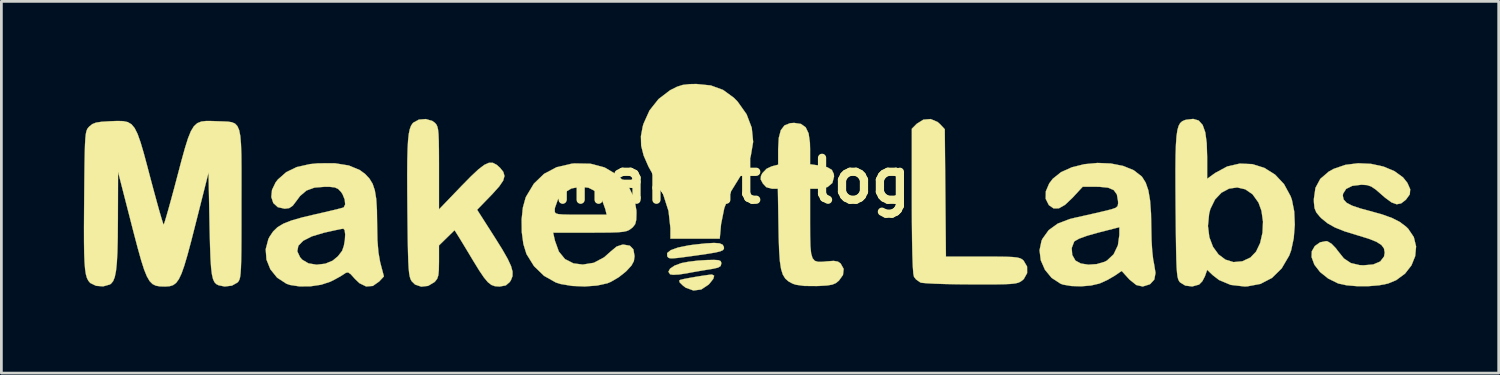
<source format=kicad_pcb>
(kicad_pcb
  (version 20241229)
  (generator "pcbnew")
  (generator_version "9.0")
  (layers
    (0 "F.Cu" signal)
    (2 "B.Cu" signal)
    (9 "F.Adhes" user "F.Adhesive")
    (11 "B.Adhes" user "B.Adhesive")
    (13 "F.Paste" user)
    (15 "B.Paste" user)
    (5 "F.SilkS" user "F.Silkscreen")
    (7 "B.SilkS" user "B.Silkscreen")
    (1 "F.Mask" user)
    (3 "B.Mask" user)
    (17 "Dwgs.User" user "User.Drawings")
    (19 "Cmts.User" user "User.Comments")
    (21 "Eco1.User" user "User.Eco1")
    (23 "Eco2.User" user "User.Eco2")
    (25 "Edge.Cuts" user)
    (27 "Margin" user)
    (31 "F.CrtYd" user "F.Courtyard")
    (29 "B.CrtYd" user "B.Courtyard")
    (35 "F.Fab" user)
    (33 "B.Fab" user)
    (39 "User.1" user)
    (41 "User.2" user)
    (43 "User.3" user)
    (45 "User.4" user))
  (footprint "makeit-logo"
    (layer "F.Cu")
    (at 24.238 3.525)
    (property "Reference" "makeit-logo" (at 0 0 0) (layer "F.SilkS") (effects (font (size 1.524 1.524) (thickness 0.3))))
    (attr through_hole)
    (fp_poly (pts (xy -1.312 3.452) (xy -1.344 3.567) (xy -1.482 3.742) (xy -1.518 3.779) (xy -1.781 3.954) (xy -2.065 3.991) (xy -2.346 3.889) (xy -2.445 3.815) (xy -2.569 3.693) (xy -2.581 3.626) (xy -2.54 3.603) (xy -2.411 3.572) (xy -2.189 3.53) (xy -1.925 3.484) (xy -1.668 3.444) (xy -1.469 3.417) (xy -1.391 3.411) (xy -1.312 3.452)) (stroke (width 0.01) (type solid)) (fill yes) (layer "F.SilkS"))
    (fp_poly (pts (xy -1.156 2.888) (xy -1.077 2.92) (xy -1.053 2.981) (xy -1.052 3.012) (xy -1.077 3.101) (xy -1.171 3.159) (xy -1.369 3.204) (xy -1.451 3.217) (xy -1.748 3.265) (xy -2.097 3.326) (xy -2.335 3.37) (xy -2.595 3.409) (xy -2.805 3.42) (xy -2.916 3.402) (xy -2.976 3.308) (xy -2.915 3.196) (xy -2.752 3.086) (xy -2.506 2.995) (xy -2.497 2.993) (xy -2.237 2.944) (xy -1.906 2.904) (xy -1.597 2.884) (xy -1.319 2.878) (xy -1.156 2.888)) (stroke (width 0.01) (type solid)) (fill yes) (layer "F.SilkS"))
    (fp_poly (pts (xy -1.12 2.275) (xy -1.007 2.322) (xy -0.959 2.402) (xy -0.958 2.407) (xy -0.956 2.472) (xy -0.993 2.523) (xy -1.09 2.567) (xy -1.266 2.609) (xy -1.543 2.655) (xy -1.941 2.713) (xy -1.99 2.72) (xy -2.378 2.773) (xy -2.646 2.807) (xy -2.82 2.822) (xy -2.922 2.819) (xy -2.978 2.797) (xy -3.011 2.759) (xy -3.019 2.746) (xy -3.022 2.629) (xy -2.888 2.522) (xy -2.624 2.428) (xy -2.238 2.35) (xy -2.047 2.324) (xy -1.621 2.278) (xy -1.318 2.261) (xy -1.12 2.275)) (stroke (width 0.01) (type solid)) (fill yes) (layer "F.SilkS"))
    (fp_poly (pts (xy -1.433 -3.467) (xy -0.987 -3.304) (xy -0.596 -3.019) (xy -0.458 -2.878) (xy -0.133 -2.42) (xy 0.055 -1.927) (xy 0.106 -1.415) (xy 0.019 -0.9) (xy -0.207 -0.398) (xy -0.333 -0.208) (xy -0.695 0.378) (xy -0.942 0.987) (xy -1.061 1.578) (xy -1.109 2.105) (xy -2.903 2.105) (xy -2.903 1.721) (xy -2.972 1.101) (xy -3.174 0.471) (xy -3.432 -0.035) (xy -3.701 -0.515) (xy -3.877 -0.919) (xy -3.967 -1.277) (xy -3.976 -1.619) (xy -3.911 -1.973) (xy -3.882 -2.073) (xy -3.664 -2.557) (xy -3.334 -2.973) (xy -2.919 -3.29) (xy -2.897 -3.302) (xy -2.66 -3.421) (xy -2.451 -3.487) (xy -2.206 -3.515) (xy -1.959 -3.52) (xy -1.433 -3.467)) (stroke (width 0.01) (type solid)) (fill yes) (layer "F.SilkS"))
    (fp_poly (pts (xy 6.814 -2.139) (xy 6.9 -2.063) (xy 7.076 -1.875) (xy 7.097 0.441) (xy 7.118 2.758) (xy 8.457 2.758) (xy 8.933 2.759) (xy 9.284 2.763) (xy 9.535 2.773) (xy 9.705 2.791) (xy 9.816 2.819) (xy 9.891 2.858) (xy 9.942 2.903) (xy 10.07 3.12) (xy 10.071 3.359) (xy 9.95 3.575) (xy 9.896 3.623) (xy 9.828 3.671) (xy 9.748 3.708) (xy 9.638 3.734) (xy 9.477 3.752) (xy 9.247 3.763) (xy 8.927 3.769) (xy 8.498 3.77) (xy 8.027 3.769) (xy 7.54 3.765) (xy 7.094 3.756) (xy 6.713 3.744) (xy 6.419 3.728) (xy 6.236 3.711) (xy 6.191 3.701) (xy 6.03 3.588) (xy 5.956 3.492) (xy 5.932 3.373) (xy 5.913 3.111) (xy 5.898 2.709) (xy 5.887 2.171) (xy 5.88 1.5) (xy 5.878 0.727) (xy 5.878 -1.893) (xy 6.056 -2.072) (xy 6.298 -2.223) (xy 6.563 -2.245) (xy 6.814 -2.139)) (stroke (width 0.01) (type solid)) (fill yes) (layer "F.SilkS"))
    (fp_poly (pts (xy 1.845 -2.067) (xy 2.017 -1.945) (xy 2.123 -1.723) (xy 2.171 -1.386) (xy 2.177 -1.161) (xy 2.177 -0.6) (xy 2.515 -0.554) (xy 2.802 -0.493) (xy 2.969 -0.396) (xy 3.041 -0.245) (xy 3.048 -0.148) (xy 2.987 0.081) (xy 2.81 0.229) (xy 2.528 0.289) (xy 2.48 0.29) (xy 2.177 0.29) (xy 2.177 1.519) (xy 2.179 2.017) (xy 2.189 2.388) (xy 2.216 2.649) (xy 2.267 2.818) (xy 2.349 2.912) (xy 2.47 2.949) (xy 2.638 2.946) (xy 2.786 2.931) (xy 3.034 2.914) (xy 3.19 2.94) (xy 3.288 3.009) (xy 3.398 3.206) (xy 3.374 3.425) (xy 3.224 3.634) (xy 3.114 3.722) (xy 2.985 3.777) (xy 2.801 3.808) (xy 2.522 3.825) (xy 2.407 3.829) (xy 1.97 3.825) (xy 1.662 3.782) (xy 1.547 3.744) (xy 1.393 3.661) (xy 1.275 3.558) (xy 1.186 3.413) (xy 1.122 3.21) (xy 1.079 2.929) (xy 1.052 2.55) (xy 1.035 2.056) (xy 1.029 1.724) (xy 1.005 0.29) (xy 0.795 0.29) (xy 0.584 0.233) (xy 0.46 0.1) (xy 0.38 -0.051) (xy 0.39 -0.175) (xy 0.44 -0.276) (xy 0.595 -0.437) (xy 0.78 -0.524) (xy 1.016 -0.585) (xy 1.016 -1.153) (xy 1.038 -1.558) (xy 1.112 -1.839) (xy 1.246 -2.013) (xy 1.45 -2.094) (xy 1.597 -2.105) (xy 1.845 -2.067)) (stroke (width 0.01) (type solid)) (fill yes) (layer "F.SilkS"))
    (fp_poly (pts (xy -11.562 -2.175) (xy -11.466 -2.105) (xy -11.417 -2.047) (xy -11.381 -1.973) (xy -11.355 -1.861) (xy -11.338 -1.692) (xy -11.328 -1.446) (xy -11.323 -1.101) (xy -11.321 -0.637) (xy -11.321 -0.459) (xy -11.321 1.041) (xy -10.505 0.192) (xy -10.155 -0.164) (xy -9.883 -0.418) (xy -9.672 -0.578) (xy -9.503 -0.654) (xy -9.36 -0.652) (xy -9.225 -0.582) (xy -9.104 -0.475) (xy -8.981 -0.323) (xy -8.939 -0.174) (xy -8.986 -0.006) (xy -9.129 0.204) (xy -9.376 0.479) (xy -9.43 0.535) (xy -9.934 1.054) (xy -9.286 2.069) (xy -9.014 2.505) (xy -8.821 2.843) (xy -8.7 3.104) (xy -8.645 3.306) (xy -8.648 3.47) (xy -8.704 3.615) (xy -8.749 3.685) (xy -8.89 3.806) (xy -9.109 3.846) (xy -9.135 3.846) (xy -9.285 3.835) (xy -9.414 3.789) (xy -9.541 3.69) (xy -9.683 3.521) (xy -9.858 3.263) (xy -10.082 2.899) (xy -10.123 2.83) (xy -10.303 2.531) (xy -10.465 2.263) (xy -10.589 2.06) (xy -10.645 1.97) (xy -10.754 1.798) (xy -11.038 2.075) (xy -11.321 2.352) (xy -11.321 2.941) (xy -11.326 3.244) (xy -11.345 3.439) (xy -11.388 3.567) (xy -11.464 3.664) (xy -11.489 3.688) (xy -11.716 3.823) (xy -11.966 3.851) (xy -12.192 3.774) (xy -12.317 3.65) (xy -12.353 3.583) (xy -12.382 3.493) (xy -12.406 3.363) (xy -12.424 3.179) (xy -12.438 2.924) (xy -12.448 2.581) (xy -12.457 2.136) (xy -12.464 1.573) (xy -12.469 1.128) (xy -12.475 0.373) (xy -12.477 -0.25) (xy -12.473 -0.756) (xy -12.462 -1.158) (xy -12.445 -1.469) (xy -12.419 -1.704) (xy -12.384 -1.875) (xy -12.339 -1.998) (xy -12.283 -2.084) (xy -12.259 -2.111) (xy -12.054 -2.224) (xy -11.8 -2.245) (xy -11.562 -2.175)) (stroke (width 0.01) (type solid)) (fill yes) (layer "F.SilkS"))
    (fp_poly (pts (xy -5.81 -0.62) (xy -5.297 -0.484) (xy -4.851 -0.221) (xy -4.737 -0.123) (xy -4.41 0.244) (xy -4.216 0.638) (xy -4.14 1.086) (xy -4.138 1.174) (xy -4.146 1.422) (xy -4.184 1.576) (xy -4.269 1.687) (xy -4.328 1.736) (xy -4.405 1.79) (xy -4.496 1.829) (xy -4.624 1.856) (xy -4.81 1.873) (xy -5.078 1.882) (xy -5.45 1.886) (xy -5.844 1.887) (xy -7.169 1.887) (xy -7.103 2.182) (xy -6.961 2.575) (xy -6.737 2.849) (xy -6.429 3.005) (xy -6.092 3.048) (xy -5.687 2.983) (xy -5.313 2.783) (xy -5.077 2.573) (xy -4.859 2.392) (xy -4.652 2.324) (xy -4.609 2.322) (xy -4.378 2.362) (xy -4.25 2.494) (xy -4.209 2.735) (xy -4.209 2.748) (xy -4.232 2.921) (xy -4.319 3.082) (xy -4.496 3.275) (xy -4.527 3.305) (xy -4.781 3.507) (xy -5.064 3.673) (xy -5.193 3.728) (xy -5.571 3.811) (xy -6.019 3.844) (xy -6.479 3.825) (xy -6.892 3.756) (xy -7.07 3.7) (xy -7.5 3.458) (xy -7.865 3.104) (xy -8.137 2.667) (xy -8.141 2.657) (xy -8.251 2.301) (xy -8.309 1.868) (xy -8.315 1.407) (xy -8.281 1.085) (xy -7.112 1.085) (xy -7.105 1.146) (xy -7.067 1.187) (xy -6.977 1.213) (xy -6.81 1.227) (xy -6.544 1.233) (xy -6.167 1.234) (xy -5.222 1.234) (xy -5.27 1.034) (xy -5.407 0.651) (xy -5.608 0.394) (xy -5.883 0.253) (xy -6.175 0.218) (xy -6.504 0.28) (xy -6.789 0.448) (xy -7 0.693) (xy -7.105 0.988) (xy -7.112 1.085) (xy -8.281 1.085) (xy -8.269 0.973) (xy -8.17 0.615) (xy -8.155 0.581) (xy -7.869 0.105) (xy -7.499 -0.252) (xy -7.041 -0.494) (xy -6.495 -0.621) (xy -6.394 -0.631) (xy -5.81 -0.62)) (stroke (width 0.01) (type solid)) (fill yes) (layer "F.SilkS"))
    (fp_poly (pts (xy 16.312 -2.191) (xy 16.456 -2.03) (xy 16.552 -1.759) (xy 16.604 -1.365) (xy 16.619 -0.873) (xy 16.619 -0.072) (xy 16.91 -0.283) (xy 17.349 -0.52) (xy 17.807 -0.625) (xy 18.264 -0.605) (xy 18.699 -0.469) (xy 19.09 -0.224) (xy 19.416 0.123) (xy 19.656 0.564) (xy 19.703 0.698) (xy 19.786 1.115) (xy 19.807 1.598) (xy 19.769 2.088) (xy 19.675 2.529) (xy 19.604 2.721) (xy 19.33 3.187) (xy 18.98 3.531) (xy 18.559 3.751) (xy 18.073 3.842) (xy 17.977 3.845) (xy 17.475 3.787) (xy 17.052 3.61) (xy 16.819 3.43) (xy 16.62 3.24) (xy 16.539 3.472) (xy 16.445 3.654) (xy 16.329 3.773) (xy 16.326 3.775) (xy 16.078 3.844) (xy 15.825 3.813) (xy 15.632 3.694) (xy 15.596 3.646) (xy 15.566 3.582) (xy 15.542 3.486) (xy 15.524 3.344) (xy 15.509 3.141) (xy 15.498 2.862) (xy 15.49 2.492) (xy 15.483 2.017) (xy 15.479 1.644) (xy 16.648 1.644) (xy 16.699 2.051) (xy 16.831 2.401) (xy 17.031 2.678) (xy 17.285 2.869) (xy 17.577 2.958) (xy 17.895 2.93) (xy 18.193 2.792) (xy 18.398 2.578) (xy 18.547 2.265) (xy 18.633 1.889) (xy 18.651 1.487) (xy 18.596 1.095) (xy 18.488 0.796) (xy 18.271 0.492) (xy 18.005 0.31) (xy 17.712 0.243) (xy 17.416 0.286) (xy 17.139 0.434) (xy 16.905 0.682) (xy 16.737 1.025) (xy 16.692 1.195) (xy 16.648 1.644) (xy 15.479 1.644) (xy 15.477 1.421) (xy 15.472 0.942) (xy 15.467 0.193) (xy 15.466 -0.424) (xy 15.471 -0.922) (xy 15.484 -1.315) (xy 15.505 -1.616) (xy 15.537 -1.838) (xy 15.581 -1.995) (xy 15.639 -2.099) (xy 15.713 -2.165) (xy 15.803 -2.205) (xy 15.852 -2.219) (xy 16.112 -2.25) (xy 16.312 -2.191)) (stroke (width 0.01) (type solid)) (fill yes) (layer "F.SilkS"))
    (fp_poly (pts (xy 22.581 -0.615) (xy 23.032 -0.517) (xy 23.43 -0.351) (xy 23.745 -0.122) (xy 23.902 0.075) (xy 24.005 0.308) (xy 23.99 0.495) (xy 23.853 0.683) (xy 23.843 0.693) (xy 23.677 0.822) (xy 23.513 0.855) (xy 23.324 0.786) (xy 23.085 0.61) (xy 22.969 0.508) (xy 22.75 0.318) (xy 22.587 0.209) (xy 22.437 0.158) (xy 22.254 0.145) (xy 22.222 0.145) (xy 21.899 0.185) (xy 21.674 0.296) (xy 21.563 0.47) (xy 21.554 0.547) (xy 21.585 0.684) (xy 21.691 0.8) (xy 21.891 0.905) (xy 22.203 1.01) (xy 22.497 1.089) (xy 22.98 1.223) (xy 23.347 1.355) (xy 23.628 1.499) (xy 23.852 1.668) (xy 23.93 1.743) (xy 24.136 2.048) (xy 24.219 2.388) (xy 24.187 2.739) (xy 24.051 3.076) (xy 23.818 3.376) (xy 23.497 3.614) (xy 23.198 3.738) (xy 22.876 3.802) (xy 22.484 3.834) (xy 22.072 3.834) (xy 21.693 3.802) (xy 21.399 3.739) (xy 21.379 3.732) (xy 21.02 3.555) (xy 20.727 3.32) (xy 20.52 3.053) (xy 20.418 2.777) (xy 20.425 2.567) (xy 20.536 2.374) (xy 20.728 2.239) (xy 20.944 2.196) (xy 20.998 2.204) (xy 21.141 2.289) (xy 21.3 2.453) (xy 21.362 2.537) (xy 21.593 2.825) (xy 21.846 2.993) (xy 22.161 3.067) (xy 22.301 3.075) (xy 22.661 3.044) (xy 22.915 2.936) (xy 23.054 2.755) (xy 23.078 2.613) (xy 23.051 2.461) (xy 22.957 2.334) (xy 22.778 2.22) (xy 22.494 2.107) (xy 22.086 1.982) (xy 22.085 1.982) (xy 21.619 1.839) (xy 21.267 1.698) (xy 20.996 1.545) (xy 20.775 1.365) (xy 20.719 1.308) (xy 20.591 1.153) (xy 20.526 0.999) (xy 20.503 0.786) (xy 20.501 0.661) (xy 20.559 0.258) (xy 20.735 -0.069) (xy 21.038 -0.331) (xy 21.226 -0.435) (xy 21.648 -0.579) (xy 22.11 -0.637) (xy 22.581 -0.615)) (stroke (width 0.01) (type solid)) (fill yes) (layer "F.SilkS"))
    (fp_poly (pts (xy 13.115 -0.628) (xy 13.563 -0.54) (xy 13.947 -0.384) (xy 14.236 -0.16) (xy 14.254 -0.139) (xy 14.384 0.068) (xy 14.48 0.347) (xy 14.543 0.716) (xy 14.578 1.194) (xy 14.588 1.727) (xy 14.597 2.161) (xy 14.621 2.555) (xy 14.657 2.87) (xy 14.686 3.014) (xy 14.741 3.352) (xy 14.697 3.593) (xy 14.551 3.753) (xy 14.523 3.769) (xy 14.277 3.846) (xy 14.045 3.793) (xy 13.807 3.605) (xy 13.767 3.563) (xy 13.511 3.28) (xy 13.249 3.458) (xy 12.998 3.604) (xy 12.726 3.728) (xy 12.689 3.741) (xy 12.39 3.81) (xy 12.034 3.839) (xy 11.678 3.828) (xy 11.379 3.777) (xy 11.285 3.743) (xy 10.962 3.531) (xy 10.719 3.236) (xy 10.568 2.891) (xy 10.523 2.528) (xy 10.54 2.446) (xy 11.693 2.446) (xy 11.712 2.698) (xy 11.829 2.903) (xy 12.024 3.009) (xy 12.299 3.052) (xy 12.603 3.031) (xy 12.887 2.948) (xy 12.977 2.901) (xy 13.218 2.673) (xy 13.373 2.349) (xy 13.426 1.972) (xy 13.426 1.689) (xy 12.652 1.887) (xy 12.248 2.001) (xy 11.959 2.106) (xy 11.799 2.197) (xy 11.781 2.217) (xy 11.693 2.446) (xy 10.54 2.446) (xy 10.596 2.18) (xy 10.628 2.112) (xy 10.857 1.795) (xy 11.185 1.558) (xy 11.625 1.39) (xy 11.803 1.347) (xy 12.167 1.266) (xy 12.561 1.177) (xy 12.881 1.102) (xy 13.144 1.036) (xy 13.295 0.983) (xy 13.364 0.919) (xy 13.381 0.825) (xy 13.378 0.739) (xy 13.336 0.497) (xy 13.222 0.339) (xy 13.015 0.251) (xy 12.693 0.219) (xy 12.602 0.218) (xy 12.092 0.218) (xy 11.723 0.617) (xy 11.452 0.874) (xy 11.226 1.003) (xy 11.034 1.005) (xy 10.863 0.886) (xy 10.861 0.883) (xy 10.746 0.656) (xy 10.752 0.384) (xy 10.875 0.097) (xy 11.004 -0.073) (xy 11.306 -0.314) (xy 11.7 -0.491) (xy 12.153 -0.603) (xy 12.635 -0.648) (xy 13.115 -0.628)) (stroke (width 0.01) (type solid)) (fill yes) (layer "F.SilkS"))
    (fp_poly (pts (xy -14.599 -0.555) (xy -14.202 -0.39) (xy -14.008 -0.247) (xy -13.851 -0.08) (xy -13.735 0.109) (xy -13.655 0.347) (xy -13.604 0.657) (xy -13.578 1.063) (xy -13.571 1.589) (xy -13.571 1.599) (xy -13.56 2.159) (xy -13.524 2.603) (xy -13.462 2.956) (xy -13.447 3.016) (xy -13.324 3.479) (xy -13.496 3.663) (xy -13.726 3.825) (xy -13.969 3.845) (xy -14.217 3.723) (xy -14.383 3.563) (xy -14.53 3.399) (xy -14.625 3.333) (xy -14.706 3.346) (xy -14.769 3.389) (xy -14.917 3.483) (xy -15.136 3.603) (xy -15.276 3.672) (xy -15.607 3.781) (xy -15.998 3.839) (xy -16.395 3.842) (xy -16.742 3.789) (xy -16.873 3.743) (xy -17.209 3.523) (xy -17.454 3.22) (xy -17.596 2.866) (xy -17.618 2.566) (xy -16.475 2.566) (xy -16.372 2.783) (xy -16.296 2.87) (xy -16.069 3.004) (xy -15.772 3.053) (xy -15.455 3.016) (xy -15.189 2.906) (xy -14.997 2.747) (xy -14.85 2.557) (xy -14.844 2.547) (xy -14.782 2.37) (xy -14.744 2.155) (xy -14.733 1.949) (xy -14.752 1.796) (xy -14.799 1.742) (xy -14.895 1.757) (xy -15.097 1.799) (xy -15.368 1.859) (xy -15.506 1.89) (xy -15.949 2.023) (xy -16.26 2.182) (xy -16.436 2.364) (xy -16.475 2.566) (xy -17.618 2.566) (xy -17.623 2.489) (xy -17.526 2.12) (xy -17.486 2.041) (xy -17.356 1.847) (xy -17.196 1.691) (xy -16.98 1.561) (xy -16.687 1.445) (xy -16.292 1.332) (xy -15.856 1.229) (xy -15.489 1.145) (xy -15.174 1.071) (xy -14.936 1.012) (xy -14.804 0.975) (xy -14.786 0.968) (xy -14.733 0.86) (xy -14.75 0.683) (xy -14.829 0.489) (xy -14.882 0.409) (xy -14.986 0.3) (xy -15.109 0.242) (xy -15.3 0.22) (xy -15.467 0.218) (xy -15.852 0.249) (xy -16.141 0.355) (xy -16.374 0.554) (xy -16.498 0.721) (xy -16.639 0.907) (xy -16.768 0.994) (xy -16.933 1.016) (xy -16.935 1.016) (xy -17.184 0.96) (xy -17.348 0.809) (xy -17.42 0.591) (xy -17.394 0.332) (xy -17.264 0.061) (xy -17.181 -0.046) (xy -16.875 -0.315) (xy -16.493 -0.499) (xy -16.015 -0.606) (xy -15.718 -0.635) (xy -15.102 -0.636) (xy -14.599 -0.555)) (stroke (width 0.01) (type solid)) (fill yes) (layer "F.SilkS"))
    (fp_poly (pts (xy -22.806 -2.169) (xy -22.641 -2.134) (xy -22.505 -2.054) (xy -22.39 -1.915) (xy -22.284 -1.703) (xy -22.177 -1.403) (xy -22.058 -1) (xy -21.918 -0.479) (xy -21.826 -0.127) (xy -21.699 0.348) (xy -21.583 0.773) (xy -21.484 1.129) (xy -21.405 1.397) (xy -21.354 1.557) (xy -21.336 1.596) (xy -21.308 1.529) (xy -21.25 1.34) (xy -21.166 1.049) (xy -21.062 0.674) (xy -20.943 0.235) (xy -20.847 -0.128) (xy -20.691 -0.721) (xy -20.561 -1.188) (xy -20.449 -1.545) (xy -20.344 -1.805) (xy -20.235 -1.984) (xy -20.112 -2.095) (xy -19.965 -2.154) (xy -19.783 -2.175) (xy -19.557 -2.172) (xy -19.408 -2.166) (xy -19.185 -2.159) (xy -19.002 -2.151) (xy -18.854 -2.129) (xy -18.739 -2.079) (xy -18.653 -1.988) (xy -18.59 -1.843) (xy -18.548 -1.631) (xy -18.523 -1.338) (xy -18.509 -0.953) (xy -18.505 -0.46) (xy -18.505 0.151) (xy -18.506 0.846) (xy -18.506 1.545) (xy -18.507 2.114) (xy -18.51 2.566) (xy -18.516 2.917) (xy -18.525 3.18) (xy -18.538 3.371) (xy -18.555 3.503) (xy -18.578 3.591) (xy -18.607 3.65) (xy -18.643 3.693) (xy -18.651 3.701) (xy -18.853 3.814) (xy -19.116 3.846) (xy -19.336 3.801) (xy -19.421 3.758) (xy -19.488 3.687) (xy -19.54 3.574) (xy -19.58 3.401) (xy -19.61 3.154) (xy -19.632 2.815) (xy -19.648 2.369) (xy -19.662 1.799) (xy -19.667 1.575) (xy -19.703 -0.298) (xy -20.175 1.57) (xy -20.335 2.198) (xy -20.469 2.698) (xy -20.584 3.086) (xy -20.686 3.376) (xy -20.784 3.581) (xy -20.883 3.716) (xy -20.992 3.796) (xy -21.116 3.835) (xy -21.264 3.846) (xy -21.302 3.846) (xy -21.475 3.841) (xy -21.618 3.816) (xy -21.739 3.757) (xy -21.846 3.649) (xy -21.945 3.478) (xy -22.046 3.23) (xy -22.154 2.891) (xy -22.279 2.445) (xy -22.428 1.879) (xy -22.502 1.591) (xy -22.994 -0.327) (xy -23 1.415) (xy -23.005 2.063) (xy -23.017 2.58) (xy -23.038 2.983) (xy -23.07 3.285) (xy -23.114 3.502) (xy -23.172 3.649) (xy -23.247 3.741) (xy -23.294 3.773) (xy -23.536 3.841) (xy -23.794 3.821) (xy -24.001 3.72) (xy -24.016 3.706) (xy -24.076 3.634) (xy -24.125 3.538) (xy -24.163 3.405) (xy -24.192 3.22) (xy -24.212 2.97) (xy -24.226 2.64) (xy -24.232 2.216) (xy -24.233 1.684) (xy -24.229 1.029) (xy -24.225 0.564) (xy -24.219 -0.085) (xy -24.213 -0.605) (xy -24.205 -1.011) (xy -24.196 -1.319) (xy -24.183 -1.544) (xy -24.166 -1.703) (xy -24.143 -1.81) (xy -24.114 -1.883) (xy -24.076 -1.935) (xy -24.037 -1.976) (xy -23.931 -2.061) (xy -23.795 -2.115) (xy -23.592 -2.146) (xy -23.282 -2.165) (xy -23.269 -2.166) (xy -23.012 -2.175) (xy -22.806 -2.169)) (stroke (width 0.01) (type solid)) (fill yes) (layer "F.SilkS")))
  (gr_rect
    (start -3 -3)
    (end 51.462 10.52)
    (stroke (width 0.1) (type default))
    (fill no)
    (layer "Edge.Cuts")))
</source>
